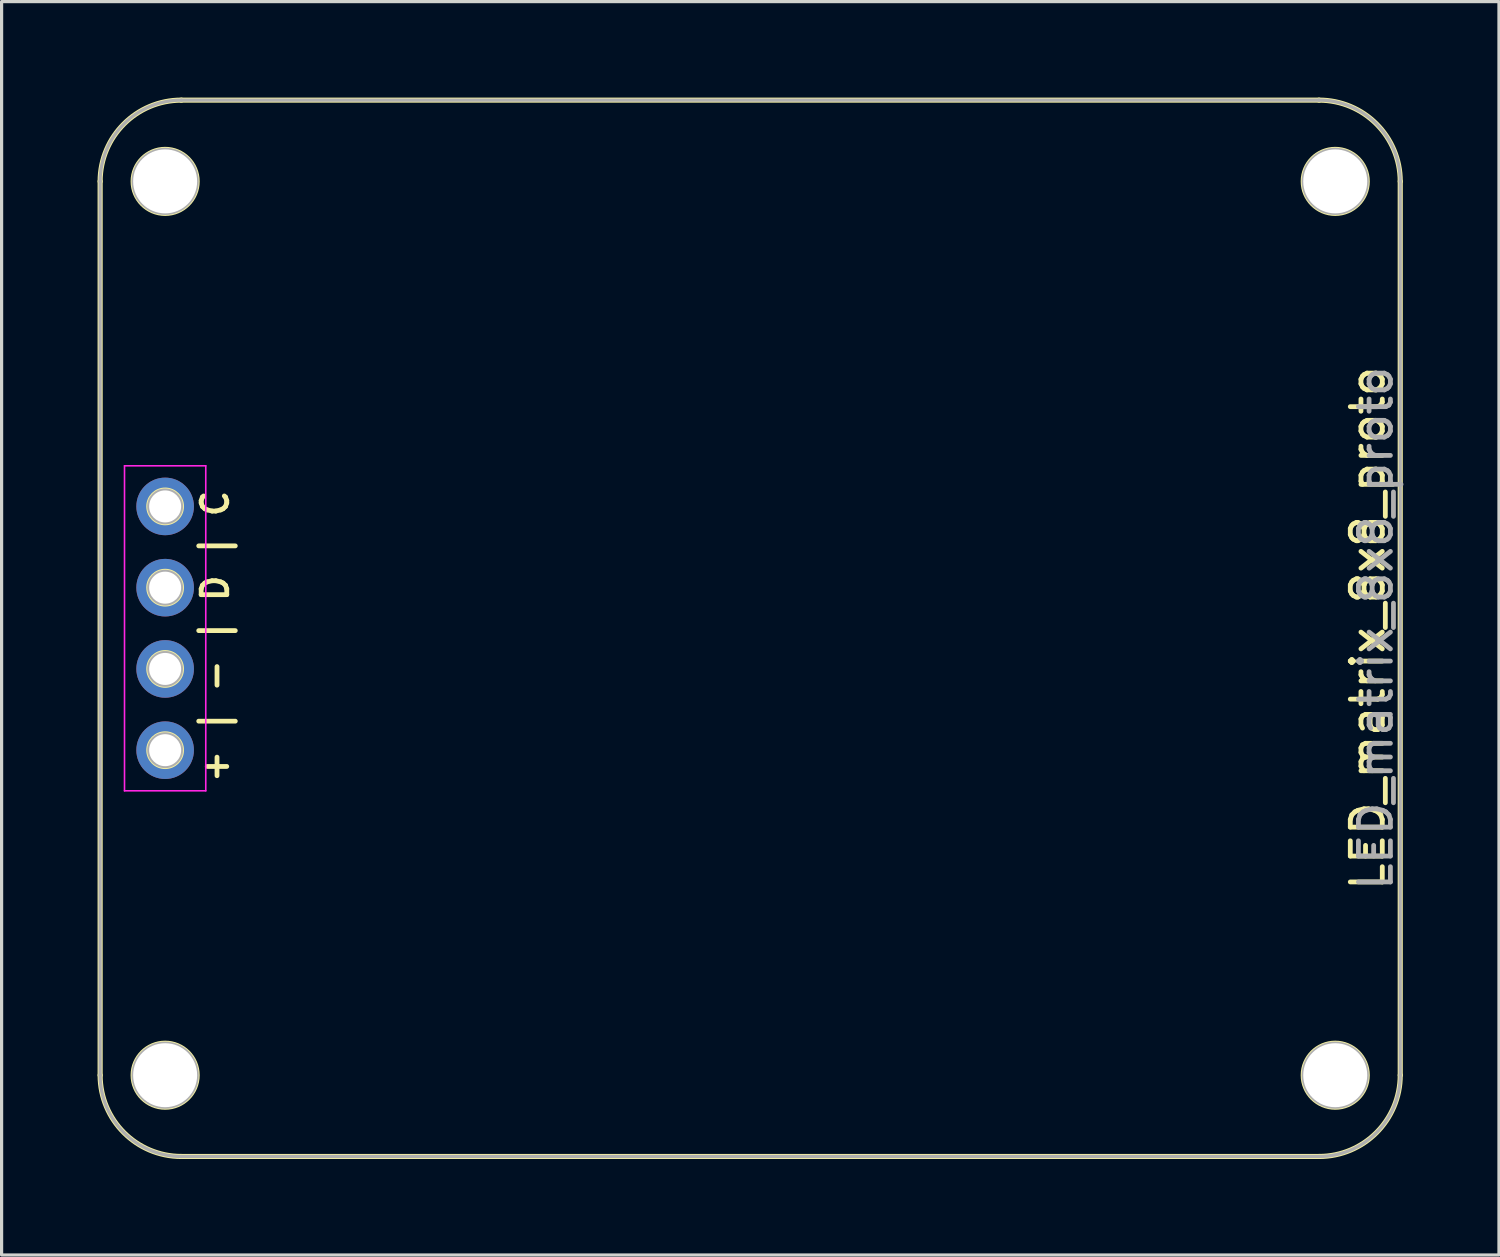
<source format=kicad_pcb>
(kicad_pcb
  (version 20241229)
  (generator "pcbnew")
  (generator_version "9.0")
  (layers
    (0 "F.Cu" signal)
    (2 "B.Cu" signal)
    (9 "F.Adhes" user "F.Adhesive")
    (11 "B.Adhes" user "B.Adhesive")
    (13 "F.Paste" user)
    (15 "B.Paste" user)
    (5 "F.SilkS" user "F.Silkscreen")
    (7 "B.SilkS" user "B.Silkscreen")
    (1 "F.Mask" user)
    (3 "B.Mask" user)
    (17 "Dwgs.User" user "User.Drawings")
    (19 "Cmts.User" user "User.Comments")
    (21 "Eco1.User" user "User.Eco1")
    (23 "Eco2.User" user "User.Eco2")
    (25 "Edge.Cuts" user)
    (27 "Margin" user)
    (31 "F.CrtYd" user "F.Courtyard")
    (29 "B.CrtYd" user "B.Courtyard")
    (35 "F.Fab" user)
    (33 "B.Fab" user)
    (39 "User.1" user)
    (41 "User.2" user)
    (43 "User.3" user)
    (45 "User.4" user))
  (footprint "LED_matrix_8x8_proto"
    (layer "F.Cu")
    (at 2.112 16.59)
    (property "Reference" "LED_matrix_8x8_proto" (at 37.592 0 90) (layer "F.SilkS") (effects (font (size 1 1) (thickness 0.15))))
    (attr through_hole)
    (fp_line (start -2.032 13.97) (end -2.032 -13.97) (stroke (width 0.16) (type solid)) (layer "F.SilkS"))
    (fp_line (start 0.508 -16.51) (end 36.068 -16.51) (stroke (width 0.16) (type solid)) (layer "F.SilkS"))
    (fp_line (start 36.068 16.51) (end 0.508 16.51) (stroke (width 0.16) (type solid)) (layer "F.SilkS"))
    (fp_line (start 38.608 -13.97) (end 38.608 13.97) (stroke (width 0.16) (type solid)) (layer "F.SilkS"))
    (fp_arc (start -2.032 -13.97) (mid -1.288051 -15.766051) (end 0.508 -16.51) (stroke (width 0.16) (type solid)) (layer "F.SilkS"))
    (fp_arc (start 0.508 16.51) (mid -1.288051 15.766051) (end -2.032 13.97) (stroke (width 0.16) (type solid)) (layer "F.SilkS"))
    (fp_arc (start 36.068 -16.51) (mid 37.864051 -15.766051) (end 38.608 -13.97) (stroke (width 0.16) (type solid)) (layer "F.SilkS"))
    (fp_arc (start 38.608 13.97) (mid 37.864051 15.766051) (end 36.068 16.51) (stroke (width 0.16) (type solid)) (layer "F.SilkS"))
    (fp_circle (center 0 -13.97) (end -1 -13.97) (stroke (width 0.16) (type solid)) (fill no) (layer "F.SilkS"))
    (fp_circle (center 0 -3.81) (end -0.51 -3.81) (stroke (width 0.16) (type solid)) (fill no) (layer "F.SilkS"))
    (fp_circle (center 0 -1.27) (end -0.51 -1.27) (stroke (width 0.16) (type solid)) (fill no) (layer "F.SilkS"))
    (fp_circle (center 0 1.27) (end -0.51 1.27) (stroke (width 0.16) (type solid)) (fill no) (layer "F.SilkS"))
    (fp_circle (center 0 3.81) (end -0.51 3.81) (stroke (width 0.16) (type solid)) (fill no) (layer "F.SilkS"))
    (fp_circle (center 0 13.97) (end -1 13.97) (stroke (width 0.16) (type solid)) (fill no) (layer "F.SilkS"))
    (fp_circle (center 36.576 -13.97) (end 35.576 -13.97) (stroke (width 0.16) (type solid)) (fill no) (layer "F.SilkS"))
    (fp_circle (center 36.576 13.97) (end 35.576 13.97) (stroke (width 0.16) (type solid)) (fill no) (layer "F.SilkS"))
    (fp_line (start -1.27 -5.08) (end 1.27 -5.08) (stroke (width 0.05) (type solid)) (layer "F.CrtYd"))
    (fp_line (start -1.27 5.08) (end -1.27 -5.08) (stroke (width 0.05) (type solid)) (layer "F.CrtYd"))
    (fp_line (start 1.27 -5.08) (end 1.27 5.08) (stroke (width 0.05) (type solid)) (layer "F.CrtYd"))
    (fp_line (start 1.27 5.08) (end -1.27 5.08) (stroke (width 0.05) (type solid)) (layer "F.CrtYd"))
    (fp_line (start -2.032 13.97) (end -2.032 -13.97) (stroke (width 0.1) (type solid)) (layer "F.Fab"))
    (fp_line (start 0.508 -16.51) (end 36.068 -16.51) (stroke (width 0.1) (type solid)) (layer "F.Fab"))
    (fp_line (start 36.068 16.51) (end 0.508 16.51) (stroke (width 0.1) (type solid)) (layer "F.Fab"))
    (fp_line (start 38.608 -13.97) (end 38.608 13.97) (stroke (width 0.1) (type solid)) (layer "F.Fab"))
    (fp_arc (start -2.032 -13.97) (mid -1.288051 -15.766051) (end 0.508 -16.51) (stroke (width 0.1) (type solid)) (layer "F.Fab"))
    (fp_arc (start 0.508 16.51) (mid -1.288051 15.766051) (end -2.032 13.97) (stroke (width 0.1) (type solid)) (layer "F.Fab"))
    (fp_arc (start 36.068 -16.51) (mid 37.864051 -15.766051) (end 38.608 -13.97) (stroke (width 0.1) (type solid)) (layer "F.Fab"))
    (fp_arc (start 38.608 13.97) (mid 37.864051 15.766051) (end 36.068 16.51) (stroke (width 0.1) (type solid)) (layer "F.Fab"))
    (fp_circle (center 0 -13.97) (end -1 -13.97) (stroke (width 0.1) (type solid)) (fill no) (layer "F.Fab"))
    (fp_circle (center 0 -3.81) (end -0.51 -3.81) (stroke (width 0.1) (type solid)) (fill no) (layer "F.Fab"))
    (fp_circle (center 0 -1.27) (end -0.51 -1.27) (stroke (width 0.1) (type solid)) (fill no) (layer "F.Fab"))
    (fp_circle (center 0 1.27) (end -0.51 1.27) (stroke (width 0.1) (type solid)) (fill no) (layer "F.Fab"))
    (fp_circle (center 0 3.81) (end -0.51 3.81) (stroke (width 0.1) (type solid)) (fill no) (layer "F.Fab"))
    (fp_circle (center 0 13.97) (end -1 13.97) (stroke (width 0.1) (type solid)) (fill no) (layer "F.Fab"))
    (fp_circle (center 36.576 -13.97) (end 35.576 -13.97) (stroke (width 0.1) (type solid)) (fill no) (layer "F.Fab"))
    (fp_circle (center 36.576 13.97) (end 35.576 13.97) (stroke (width 0.1) (type solid)) (fill no) (layer "F.Fab"))
    (fp_text user "+ | - | D | C" (at 2.032 0.254 90) (unlocked yes) (layer "F.SilkS") (effects (font (size 0.8 0.762) (thickness 0.15) (bold yes)) (justify bottom)))
    (fp_text user "${REFERENCE}" (at 37.846 0 90) (layer "F.Fab") (effects (font (size 1 1) (thickness 0.15))))
    (pad "" np_thru_hole circle (at 0 -13.97) (size 2 2) (drill 2) (layers "*.Cu" "*.Mask"))
    (pad "" np_thru_hole circle (at 0 13.97) (size 2 2) (drill 2) (layers "*.Cu" "*.Mask"))
    (pad "" np_thru_hole circle (at 36.576 -13.97) (size 2 2) (drill 2) (layers "*.Cu" "*.Mask"))
    (pad "" np_thru_hole circle (at 36.576 13.97) (size 2 2) (drill 2) (layers "*.Cu" "*.Mask"))
    (pad "1" thru_hole circle (at 0 3.81) (size 1.8 1.8) (drill 1) (layers "*.Cu" "*.Mask"))
    (pad "2" thru_hole circle (at 0 1.27) (size 1.8 1.8) (drill 1) (layers "*.Cu" "*.Mask"))
    (pad "3" thru_hole circle (at 0 -1.27) (size 1.8 1.8) (drill 1) (layers "*.Cu" "*.Mask"))
    (pad "4" thru_hole circle (at 0 -3.81) (size 1.8 1.8) (drill 1) (layers "*.Cu" "*.Mask")))
  (gr_rect
    (start -3 -3)
    (end 43.806 36.18)
    (stroke (width 0.1) (type default))
    (fill no)
    (layer "Edge.Cuts")))
</source>
